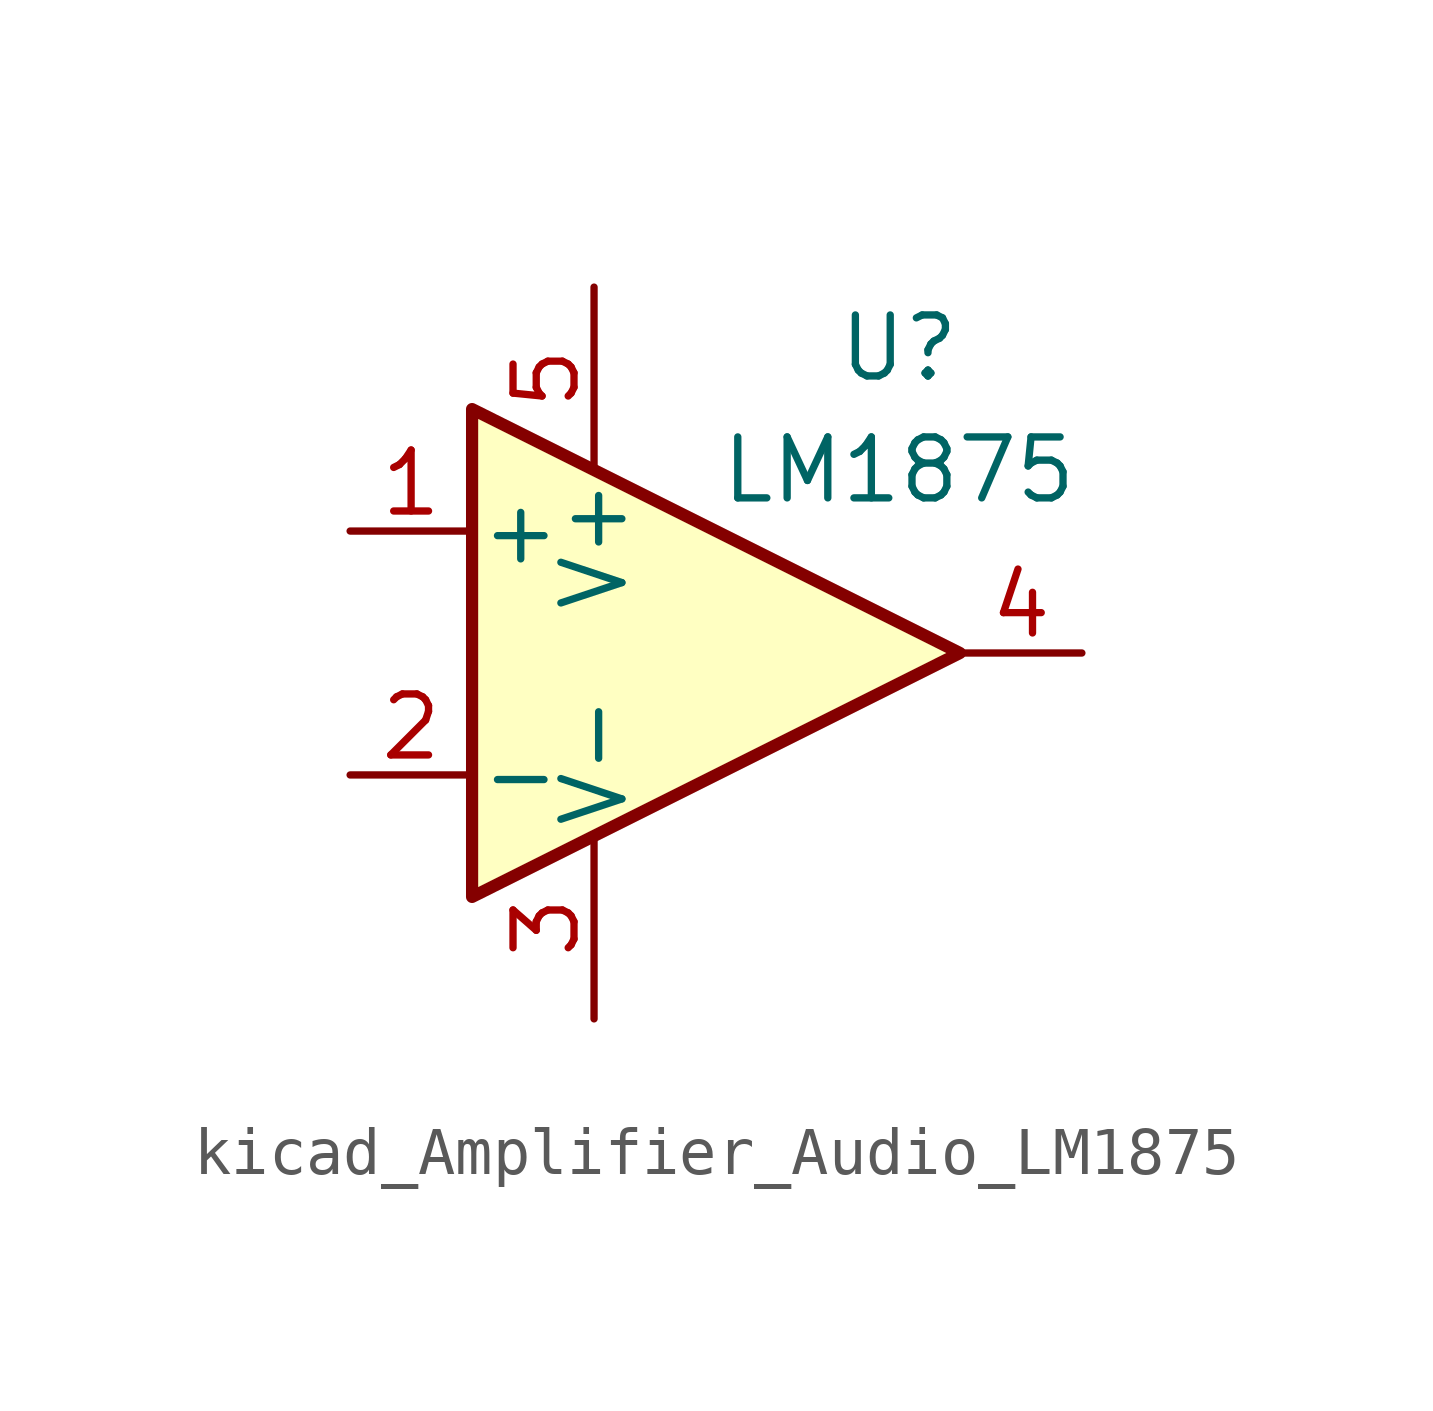
<source format=kicad_sym>
(kicad_symbol_lib
  (version 20220914)
  (generator kicad_symbol_editor)
  (symbol "kicad_Amplifier_Audio_LM1875"
    (pin_names
      (offset 0.127))
    (property "Reference" "U"
      (at 3.81 6.35 0)
      (effects (font (size 1.27 1.27))))
    (property "Value" "LM1875"
      (at 3.81 3.81 0)
      (effects (font (size 1.27 1.27))))
    (symbol "kicad_Amplifier_Audio_LM1875_0_1"
      (polyline (pts (xy -5.08 5.08) (xy 5.08 0) (xy -5.08 -5.08) (xy -5.08 5.08)) (stroke (width 0.254) (type default)) (fill (type background))))
    (symbol "kicad_Amplifier_Audio_LM1875_1_1"
      (pin input line (at -7.62 2.54 0) (length 2.54) (name "+" (effects (font (size 1.27 1.27)))) (number "1" (effects (font (size 1.27 1.27)))))
      (pin input line (at -7.62 -2.54 0) (length 2.54) (name "-" (effects (font (size 1.27 1.27)))) (number "2" (effects (font (size 1.27 1.27)))))
      (pin power_in line (at -2.54 -7.62 90) (length 3.81) (name "V-" (effects (font (size 1.27 1.27)))) (number "3" (effects (font (size 1.27 1.27)))))
      (pin output line (at 7.62 0 180) (length 2.54) (name "~" (effects (font (size 1.27 1.27)))) (number "4" (effects (font (size 1.27 1.27)))))
      (pin power_in line (at -2.54 7.62 270) (length 3.81) (name "V+" (effects (font (size 1.27 1.27)))) (number "5" (effects (font (size 1.27 1.27))))))))
</source>
